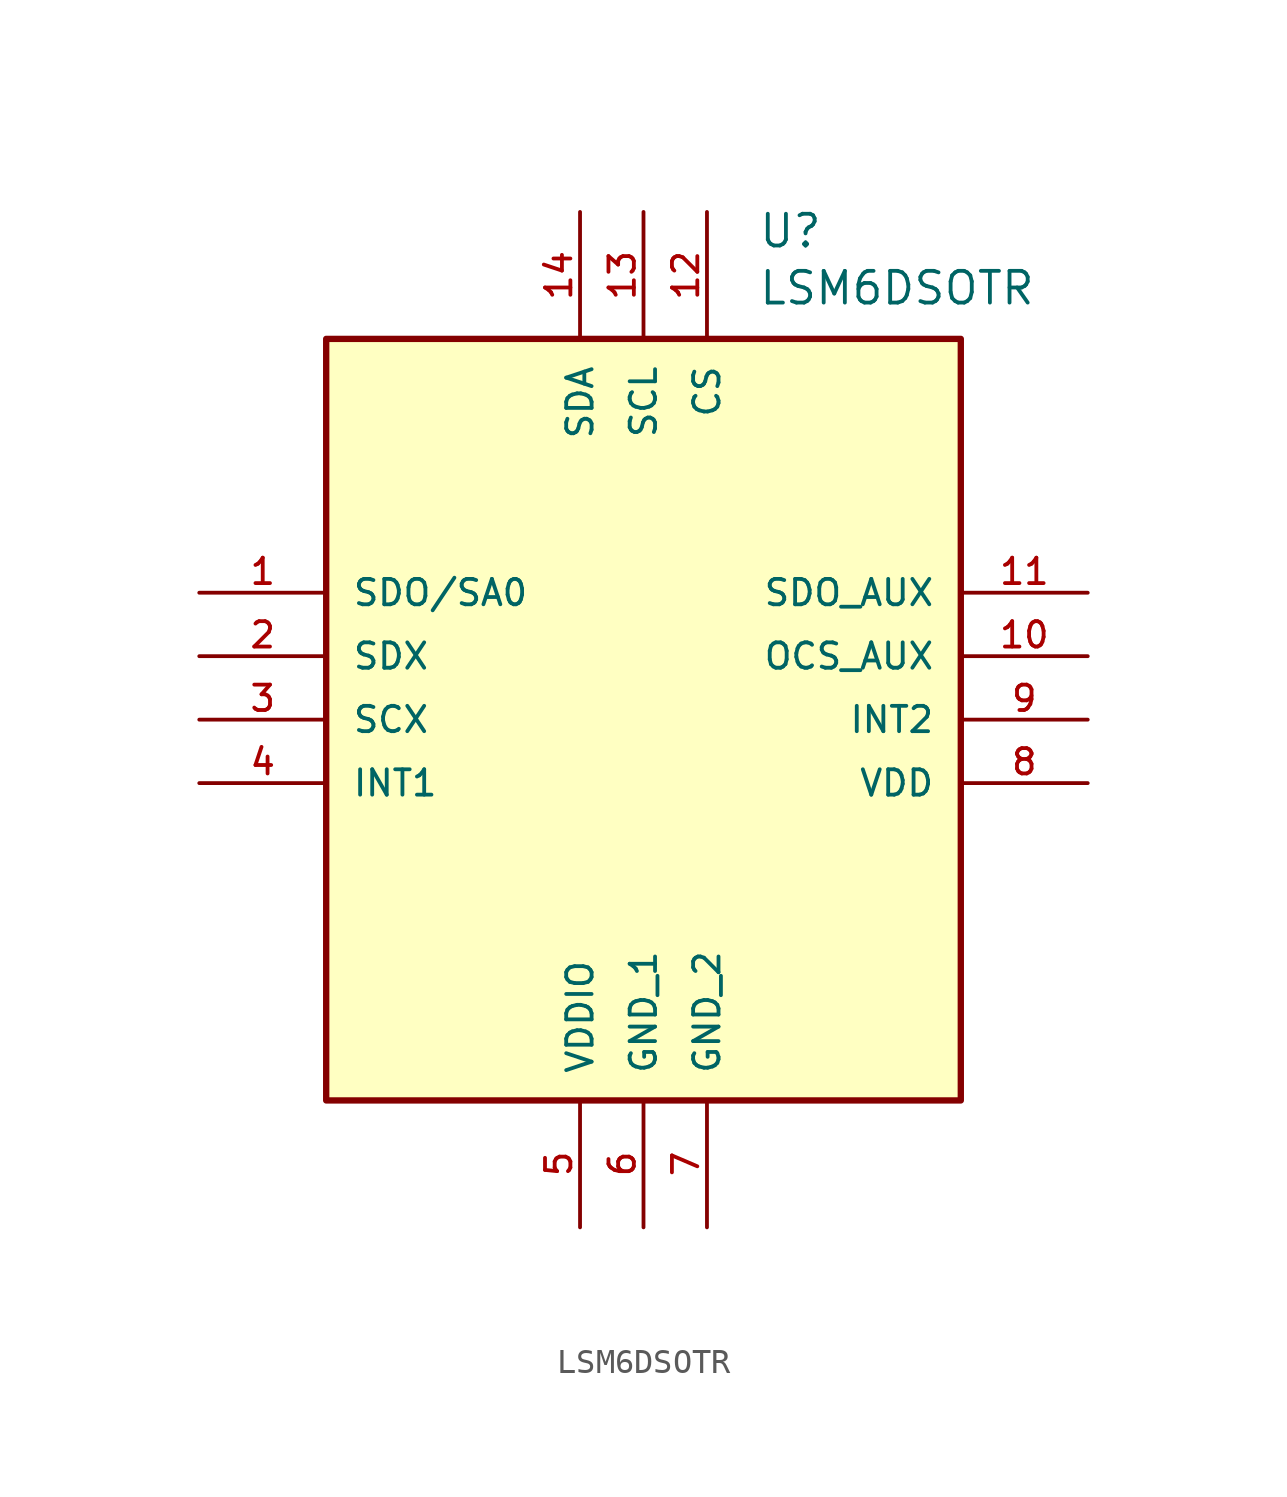
<source format=kicad_sym>
(kicad_symbol_lib
  (version 20231120)
  (generator "kicad_symbol_editor")
  (generator_version "8.0")
  (symbol "LSM6DSOTR"
    (pin_names
      (offset 1.016))
    (property "Reference" "U"
      (at 22.352 14.478 0)
      (effects (font (size 1.27 1.27)) (justify left)))
    (property "Value" "LSM6DSOTR"
      (at 22.352 12.192 0)
      (effects (font (size 1.27 1.27)) (justify left)))
    (symbol "LSM6DSOTR_0_0"
      (rectangle (start 5.08 -20.32) (end 30.48 10.16) (stroke (width 0.254) (type default)) (fill (type background)))
      (pin bidirectional line (at 0 0 0) (length 5.08) (name "SDO/SA0" (effects (font (size 1.016 1.016)))) (number "1" (effects (font (size 1.016 1.016)))))
      (pin bidirectional line (at 35.56 -2.54 180) (length 5.08) (name "OCS_AUX" (effects (font (size 1.016 1.016)))) (number "10" (effects (font (size 1.016 1.016)))))
      (pin bidirectional line (at 35.56 0 180) (length 5.08) (name "SDO_AUX" (effects (font (size 1.016 1.016)))) (number "11" (effects (font (size 1.016 1.016)))))
      (pin input line (at 20.32 15.24 270) (length 5.08) (name "CS" (effects (font (size 1.016 1.016)))) (number "12" (effects (font (size 1.016 1.016)))))
      (pin bidirectional line (at 17.78 15.24 270) (length 5.08) (name "SCL" (effects (font (size 1.016 1.016)))) (number "13" (effects (font (size 1.016 1.016)))))
      (pin bidirectional line (at 15.24 15.24 270) (length 5.08) (name "SDA" (effects (font (size 1.016 1.016)))) (number "14" (effects (font (size 1.016 1.016)))))
      (pin bidirectional line (at 0 -2.54 0) (length 5.08) (name "SDX" (effects (font (size 1.016 1.016)))) (number "2" (effects (font (size 1.016 1.016)))))
      (pin bidirectional line (at 0 -5.08 0) (length 5.08) (name "SCX" (effects (font (size 1.016 1.016)))) (number "3" (effects (font (size 1.016 1.016)))))
      (pin input line (at 0 -7.62 0) (length 5.08) (name "INT1" (effects (font (size 1.016 1.016)))) (number "4" (effects (font (size 1.016 1.016)))))
      (pin power_in line (at 15.24 -25.4 90) (length 5.08) (name "VDDIO" (effects (font (size 1.016 1.016)))) (number "5" (effects (font (size 1.016 1.016)))))
      (pin power_in line (at 17.78 -25.4 90) (length 5.08) (name "GND_1" (effects (font (size 1.016 1.016)))) (number "6" (effects (font (size 1.016 1.016)))))
      (pin power_in line (at 20.32 -25.4 90) (length 5.08) (name "GND_2" (effects (font (size 1.016 1.016)))) (number "7" (effects (font (size 1.016 1.016)))))
      (pin power_in line (at 35.56 -7.62 180) (length 5.08) (name "VDD" (effects (font (size 1.016 1.016)))) (number "8" (effects (font (size 1.016 1.016)))))
      (pin input line (at 35.56 -5.08 180) (length 5.08) (name "INT2" (effects (font (size 1.016 1.016)))) (number "9" (effects (font (size 1.016 1.016))))))))
</source>
